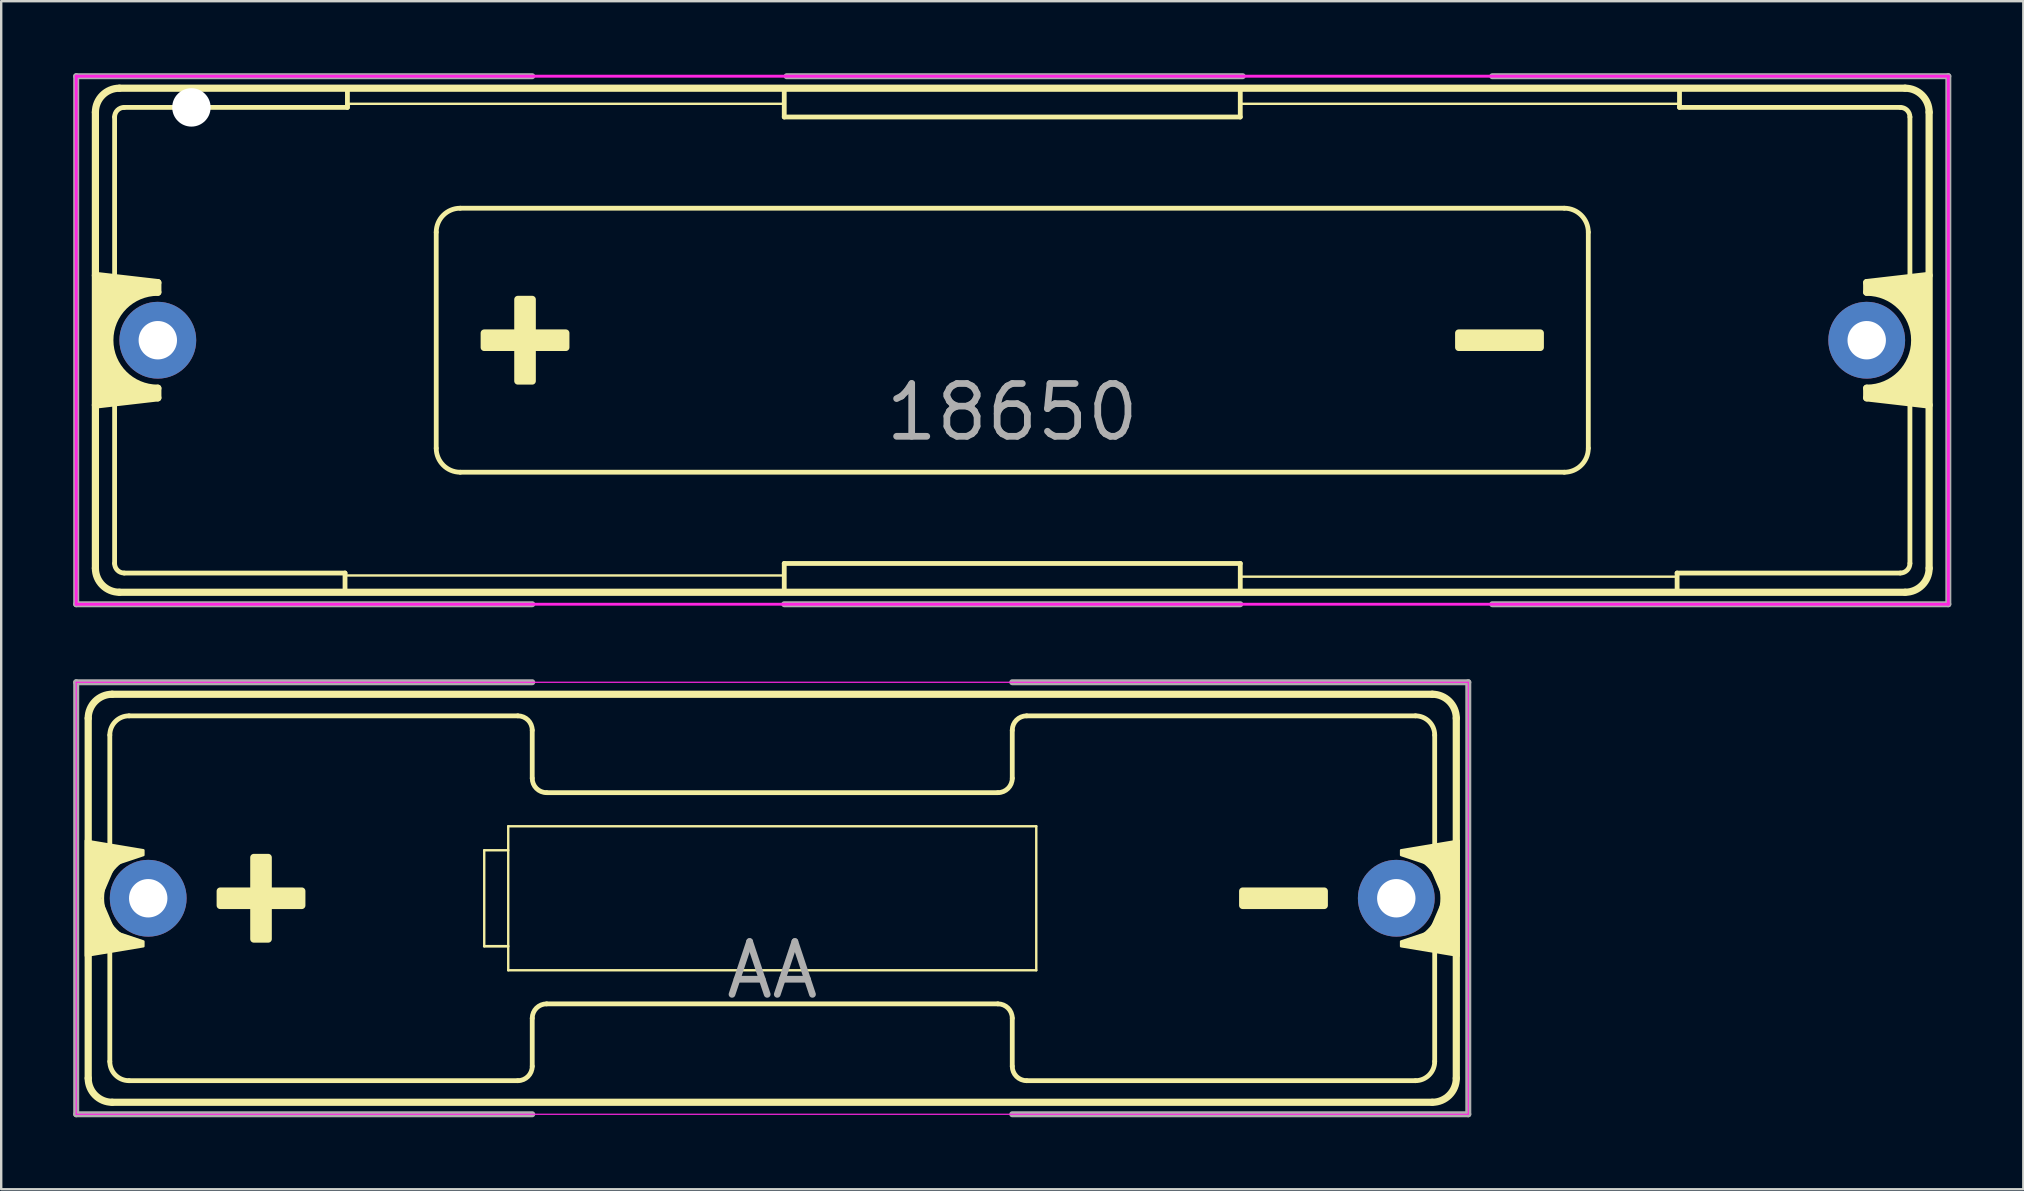
<source format=kicad_pcb>
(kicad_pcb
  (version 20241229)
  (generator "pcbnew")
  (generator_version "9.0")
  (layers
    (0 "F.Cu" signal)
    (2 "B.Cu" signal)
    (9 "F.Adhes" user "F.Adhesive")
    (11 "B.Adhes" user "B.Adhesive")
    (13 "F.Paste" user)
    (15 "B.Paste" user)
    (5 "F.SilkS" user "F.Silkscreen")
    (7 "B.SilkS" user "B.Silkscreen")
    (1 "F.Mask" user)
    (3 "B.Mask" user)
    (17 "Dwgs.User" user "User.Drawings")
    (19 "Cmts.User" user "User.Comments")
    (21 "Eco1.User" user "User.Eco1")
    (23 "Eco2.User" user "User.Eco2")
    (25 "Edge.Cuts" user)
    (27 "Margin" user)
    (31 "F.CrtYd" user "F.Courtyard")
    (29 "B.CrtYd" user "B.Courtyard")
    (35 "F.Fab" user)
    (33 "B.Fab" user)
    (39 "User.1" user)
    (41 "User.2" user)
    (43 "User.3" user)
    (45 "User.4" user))
  (footprint "18650"
    (layer "F.Cu")
    (at 39.125 11.125)
    (property "Reference" "18650" (at 0 3 0) (layer "F.Fab") (effects (font (size 2.2 2.2) (thickness 0.28))))
    (attr through_hole)
    (fp_line (start -38.2 9.5) (end -38.2 -9.5) (stroke (width 0.3) (type solid)) (layer "F.SilkS"))
    (fp_line (start -37.4 -9.3) (end -37.4 -2.4) (stroke (width 0.2) (type solid)) (layer "F.SilkS"))
    (fp_line (start -37.4 9.3) (end -37.4 2.4) (stroke (width 0.2) (type solid)) (layer "F.SilkS"))
    (fp_line (start -37.2 10.5) (end 37.2 10.5) (stroke (width 0.3) (type solid)) (layer "F.SilkS"))
    (fp_line (start -37 -9.7) (end -27.7 -9.7) (stroke (width 0.2) (type solid)) (layer "F.SilkS"))
    (fp_line (start -37 9.7) (end -27.8 9.7) (stroke (width 0.2) (type solid)) (layer "F.SilkS"))
    (fp_line (start -35.6 -2.4) (end -38.2 -2.7) (stroke (width 0.3) (type solid)) (layer "F.SilkS"))
    (fp_line (start -35.6 -2.4) (end -35.6 -2) (stroke (width 0.3) (type solid)) (layer "F.SilkS"))
    (fp_line (start -35.6 2.4) (end -38.2 2.7) (stroke (width 0.3) (type solid)) (layer "F.SilkS"))
    (fp_line (start -35.6 2.4) (end -35.6 2) (stroke (width 0.3) (type solid)) (layer "F.SilkS"))
    (fp_line (start -27.8 9.8) (end -9.5 9.8) (stroke (width 0.1) (type solid)) (layer "F.SilkS"))
    (fp_line (start -27.8 10.5) (end -27.8 9.7) (stroke (width 0.2) (type solid)) (layer "F.SilkS"))
    (fp_line (start -27.7 -10.5) (end -27.7 -9.8) (stroke (width 0.2) (type solid)) (layer "F.SilkS"))
    (fp_line (start -27.7 -9.85) (end -9.5 -9.85) (stroke (width 0.1) (type solid)) (layer "F.SilkS"))
    (fp_line (start -27.7 -9.8) (end -27.7 -9.7) (stroke (width 0.2) (type solid)) (layer "F.SilkS"))
    (fp_line (start -24 -4.5) (end -24 4.5) (stroke (width 0.2) (type solid)) (layer "F.SilkS"))
    (fp_line (start -23 5.5) (end 23 5.5) (stroke (width 0.2) (type solid)) (layer "F.SilkS"))
    (fp_line (start -9.5 -10.5) (end -9.5 -9.3) (stroke (width 0.2) (type solid)) (layer "F.SilkS"))
    (fp_line (start -9.5 -9.3) (end 9.5 -9.3) (stroke (width 0.2) (type solid)) (layer "F.SilkS"))
    (fp_line (start -9.5 9.3) (end 9.5 9.3) (stroke (width 0.2) (type solid)) (layer "F.SilkS"))
    (fp_line (start -9.5 10.5) (end -9.5 9.3) (stroke (width 0.2) (type solid)) (layer "F.SilkS"))
    (fp_line (start 9.5 -9.85) (end 27.8 -9.85) (stroke (width 0.1) (type solid)) (layer "F.SilkS"))
    (fp_line (start 9.5 -9.3) (end 9.5 -10.5) (stroke (width 0.2) (type solid)) (layer "F.SilkS"))
    (fp_line (start 9.5 9.3) (end 9.5 10.5) (stroke (width 0.2) (type solid)) (layer "F.SilkS"))
    (fp_line (start 23 -5.5) (end -23 -5.5) (stroke (width 0.2) (type solid)) (layer "F.SilkS"))
    (fp_line (start 24 4.5) (end 24 -4.5) (stroke (width 0.2) (type solid)) (layer "F.SilkS"))
    (fp_line (start 27.7 9.7) (end 27.7 10.5) (stroke (width 0.2) (type solid)) (layer "F.SilkS"))
    (fp_line (start 27.7 9.7) (end 37 9.7) (stroke (width 0.2) (type solid)) (layer "F.SilkS"))
    (fp_line (start 27.7 9.85) (end 9.5 9.85) (stroke (width 0.1) (type solid)) (layer "F.SilkS"))
    (fp_line (start 27.8 -9.7) (end 27.8 -10.5) (stroke (width 0.2) (type solid)) (layer "F.SilkS"))
    (fp_line (start 35.6 -2.4) (end 35.6 -2) (stroke (width 0.3) (type solid)) (layer "F.SilkS"))
    (fp_line (start 35.6 -2.4) (end 38.2 -2.7) (stroke (width 0.3) (type solid)) (layer "F.SilkS"))
    (fp_line (start 35.6 2.4) (end 35.6 2) (stroke (width 0.3) (type solid)) (layer "F.SilkS"))
    (fp_line (start 35.6 2.4) (end 38.2 2.7) (stroke (width 0.3) (type solid)) (layer "F.SilkS"))
    (fp_line (start 37 -9.7) (end 27.8 -9.7) (stroke (width 0.2) (type solid)) (layer "F.SilkS"))
    (fp_line (start 37.2 -10.5) (end -37.2 -10.5) (stroke (width 0.3) (type solid)) (layer "F.SilkS"))
    (fp_line (start 37.4 -9.3) (end 37.4 -2.4) (stroke (width 0.2) (type solid)) (layer "F.SilkS"))
    (fp_line (start 37.4 9.3) (end 37.4 2.4) (stroke (width 0.2) (type solid)) (layer "F.SilkS"))
    (fp_line (start 38.2 -9.5) (end 38.2 9.5) (stroke (width 0.3) (type solid)) (layer "F.SilkS"))
    (fp_arc (start -38.2 -9.5) (mid -37.907107 -10.207107) (end -37.2 -10.5) (stroke (width 0.3) (type solid)) (layer "F.SilkS"))
    (fp_arc (start -37.4 -9.3) (mid -37.282843 -9.582843) (end -37 -9.7) (stroke (width 0.2) (type solid)) (layer "F.SilkS"))
    (fp_arc (start -37.2 10.5) (mid -37.907107 10.207107) (end -38.2 9.5) (stroke (width 0.3) (type solid)) (layer "F.SilkS"))
    (fp_arc (start -37 9.7) (mid -37.282843 9.582843) (end -37.4 9.3) (stroke (width 0.2) (type solid)) (layer "F.SilkS"))
    (fp_arc (start -35.6 2) (mid -37.6 0) (end -35.6 -2) (stroke (width 0.3) (type solid)) (layer "F.SilkS"))
    (fp_arc (start -24 -4.5) (mid -23.707107 -5.207107) (end -23 -5.5) (stroke (width 0.2) (type solid)) (layer "F.SilkS"))
    (fp_arc (start -23 5.5) (mid -23.707107 5.207107) (end -24 4.5) (stroke (width 0.2) (type solid)) (layer "F.SilkS"))
    (fp_arc (start 23 -5.5) (mid 23.707107 -5.207107) (end 24 -4.5) (stroke (width 0.2) (type solid)) (layer "F.SilkS"))
    (fp_arc (start 24 4.5) (mid 23.707107 5.207107) (end 23 5.5) (stroke (width 0.2) (type solid)) (layer "F.SilkS"))
    (fp_arc (start 35.6 -2) (mid 37.6 0) (end 35.6 2) (stroke (width 0.3) (type solid)) (layer "F.SilkS"))
    (fp_arc (start 37 -9.7) (mid 37.282843 -9.582843) (end 37.4 -9.3) (stroke (width 0.2) (type solid)) (layer "F.SilkS"))
    (fp_arc (start 37.2 -10.5) (mid 37.907107 -10.207107) (end 38.2 -9.5) (stroke (width 0.3) (type solid)) (layer "F.SilkS"))
    (fp_arc (start 37.4 9.3) (mid 37.282843 9.582843) (end 37 9.7) (stroke (width 0.2) (type solid)) (layer "F.SilkS"))
    (fp_arc (start 38.2 9.5) (mid 37.907107 10.207107) (end 37.2 10.5) (stroke (width 0.3) (type solid)) (layer "F.SilkS"))
    (fp_poly (pts (xy 18.6 -0.3) (xy 22 -0.3) (xy 22 0.3) (xy 18.6 0.3)) (stroke (width 0.3) (type solid)) (fill yes) (layer "F.SilkS"))
    (fp_poly (pts (xy -38.2 2.7) (xy -35.6 2.4) (xy -35.6 2) (xy -36.7 1.8) (xy -37.5 1) (xy -37.7 0) (xy -37.5 -1) (xy -36.7 -1.8) (xy -35.6 -2.1) (xy -35.6 -2.4) (xy -38.2 -2.7)) (stroke (width 0.1) (type solid)) (fill yes) (layer "F.SilkS"))
    (fp_poly (pts (xy 38.2 -2.7) (xy 35.6 -2.4) (xy 35.6 -2) (xy 36.7 -1.8) (xy 37.5 -1) (xy 37.7 0) (xy 37.5 1) (xy 36.7 1.8) (xy 35.6 2.1) (xy 35.6 2.4) (xy 38.2 2.7)) (stroke (width 0.1) (type solid)) (fill yes) (layer "F.SilkS"))
    (fp_poly (pts (xy -22 -0.3) (xy -22 0.3) (xy -20.6 0.3) (xy -20.6 1.7) (xy -20 1.7) (xy -20 0.3) (xy -18.6 0.3) (xy -18.6 -0.3) (xy -20 -0.3) (xy -20 -1.7) (xy -20.6 -1.7) (xy -20.6 -0.3)) (stroke (width 0.3) (type solid)) (fill yes) (layer "F.SilkS"))
    (fp_line (start -39 11) (end -39 -11) (stroke (width 0.12) (type solid)) (layer "F.CrtYd"))
    (fp_line (start 39 -11) (end -39 -11) (stroke (width 0.12) (type solid)) (layer "F.CrtYd"))
    (fp_line (start 39 11) (end -39 11) (stroke (width 0.12) (type solid)) (layer "F.CrtYd"))
    (fp_line (start 39 11) (end 39 -11) (stroke (width 0.12) (type solid)) (layer "F.CrtYd"))
    (fp_line (start -39 -11) (end -39 11) (stroke (width 0.25) (type solid)) (layer "F.Fab"))
    (fp_line (start -39 -11) (end -20 -11) (stroke (width 0.25) (type solid)) (layer "F.Fab"))
    (fp_line (start -39 11) (end -20 11) (stroke (width 0.25) (type solid)) (layer "F.Fab"))
    (fp_line (start -9.5 11) (end 9.5 11) (stroke (width 0.25) (type solid)) (layer "F.Fab"))
    (fp_line (start -9.4 -11) (end 9.6 -11) (stroke (width 0.25) (type solid)) (layer "F.Fab"))
    (fp_line (start 20 -11) (end 39 -11) (stroke (width 0.25) (type solid)) (layer "F.Fab"))
    (fp_line (start 20 11) (end 39 11) (stroke (width 0.25) (type solid)) (layer "F.Fab"))
    (fp_line (start 39 -11) (end 39 11) (stroke (width 0.25) (type solid)) (layer "F.Fab"))
    (pad "" np_thru_hole circle (at -34.2 -9.7) (size 1.6 1.6) (drill 1.6) (layers "*.Cu" "*.Mask"))
    (pad "1" thru_hole circle (at -35.6 0) (size 3.2 3.2) (drill 1.6) (layers "*.Cu" "*.Mask"))
    (pad "2" thru_hole circle (at 35.6 0) (size 3.2 3.2) (drill 1.6) (layers "*.Cu" "*.Mask")))
  (footprint "AA"
    (layer "F.Cu")
    (at 29.125 34.375)
    (property "Reference" "AA" (at 0 3 0) (layer "F.Fab") (effects (font (size 2.2 2.2) (thickness 0.28))))
    (attr through_hole)
    (fp_line (start -28.5 7.5) (end -28.5 -7.5) (stroke (width 0.3) (type solid)) (layer "F.SilkS"))
    (fp_line (start -27.6 -6.8) (end -27.6 -2.2) (stroke (width 0.2) (type solid)) (layer "F.SilkS"))
    (fp_line (start -27.6 2.2) (end -27.6 6.8) (stroke (width 0.2) (type solid)) (layer "F.SilkS"))
    (fp_line (start -27.5 -8.5) (end 27.5 -8.5) (stroke (width 0.3) (type solid)) (layer "F.SilkS"))
    (fp_line (start -27.5 8.5) (end 27.5 8.5) (stroke (width 0.3) (type solid)) (layer "F.SilkS"))
    (fp_line (start -26.8 -7.6) (end -10.6 -7.6) (stroke (width 0.2) (type solid)) (layer "F.SilkS"))
    (fp_line (start -12 -2) (end -12 2) (stroke (width 0.1) (type solid)) (layer "F.SilkS"))
    (fp_line (start -12 2) (end -11 2) (stroke (width 0.11) (type solid)) (layer "F.SilkS"))
    (fp_line (start -11 -3) (end -11 3) (stroke (width 0.1) (type solid)) (layer "F.SilkS"))
    (fp_line (start -11 -2) (end -12 -2) (stroke (width 0.1) (type solid)) (layer "F.SilkS"))
    (fp_line (start -11 3) (end 11 3) (stroke (width 0.1) (type solid)) (layer "F.SilkS"))
    (fp_line (start -10.6 7.6) (end -26.8 7.6) (stroke (width 0.2) (type solid)) (layer "F.SilkS"))
    (fp_line (start -10 -7) (end -10 -5) (stroke (width 0.2) (type solid)) (layer "F.SilkS"))
    (fp_line (start -10 7) (end -10 5) (stroke (width 0.2) (type solid)) (layer "F.SilkS"))
    (fp_line (start -9.4 4.4) (end 9.4 4.4) (stroke (width 0.2) (type solid)) (layer "F.SilkS"))
    (fp_line (start 9.4 -4.4) (end -9.4 -4.4) (stroke (width 0.2) (type solid)) (layer "F.SilkS"))
    (fp_line (start 10 -7) (end 10 -5) (stroke (width 0.2) (type solid)) (layer "F.SilkS"))
    (fp_line (start 10 7) (end 10 5) (stroke (width 0.2) (type solid)) (layer "F.SilkS"))
    (fp_line (start 10.6 -7.6) (end 26.8 -7.6) (stroke (width 0.2) (type solid)) (layer "F.SilkS"))
    (fp_line (start 11 -3) (end -11 -3) (stroke (width 0.1) (type solid)) (layer "F.SilkS"))
    (fp_line (start 11 3) (end 11 -3) (stroke (width 0.1) (type solid)) (layer "F.SilkS"))
    (fp_line (start 26.8 7.6) (end 10.6 7.6) (stroke (width 0.2) (type solid)) (layer "F.SilkS"))
    (fp_line (start 27.6 -6.8) (end 27.6 -2.2) (stroke (width 0.2) (type solid)) (layer "F.SilkS"))
    (fp_line (start 27.6 2.2) (end 27.6 6.8) (stroke (width 0.2) (type solid)) (layer "F.SilkS"))
    (fp_line (start 28.5 7.5) (end 28.5 -7.5) (stroke (width 0.3) (type solid)) (layer "F.SilkS"))
    (fp_arc (start -28.5 -7.5) (mid -28.207107 -8.207107) (end -27.5 -8.5) (stroke (width 0.3) (type solid)) (layer "F.SilkS"))
    (fp_arc (start -27.6 -6.8) (mid -27.365685 -7.365685) (end -26.8 -7.6) (stroke (width 0.2) (type solid)) (layer "F.SilkS"))
    (fp_arc (start -27.5 8.5) (mid -28.207107 8.207107) (end -28.5 7.5) (stroke (width 0.3) (type solid)) (layer "F.SilkS"))
    (fp_arc (start -26.8 7.6) (mid -27.365685 7.365685) (end -27.6 6.8) (stroke (width 0.2) (type solid)) (layer "F.SilkS"))
    (fp_arc (start -26.6 1.8) (mid -27.897367 0) (end -26.6 -1.8) (stroke (width 0.12) (type solid)) (layer "F.SilkS"))
    (fp_arc (start -10.6 -7.6) (mid -10.175736 -7.424264) (end -10 -7) (stroke (width 0.2) (type solid)) (layer "F.SilkS"))
    (fp_arc (start -10 5) (mid -9.824264 4.575736) (end -9.4 4.4) (stroke (width 0.2) (type solid)) (layer "F.SilkS"))
    (fp_arc (start -10 7) (mid -10.175736 7.424264) (end -10.6 7.6) (stroke (width 0.2) (type solid)) (layer "F.SilkS"))
    (fp_arc (start -9.4 -4.4) (mid -9.824264 -4.575736) (end -10 -5) (stroke (width 0.2) (type solid)) (layer "F.SilkS"))
    (fp_arc (start 9.4 4.4) (mid 9.824264 4.575736) (end 10 5) (stroke (width 0.2) (type solid)) (layer "F.SilkS"))
    (fp_arc (start 10 -7) (mid 10.175736 -7.424264) (end 10.6 -7.6) (stroke (width 0.2) (type solid)) (layer "F.SilkS"))
    (fp_arc (start 10 -5) (mid 9.824264 -4.575736) (end 9.4 -4.4) (stroke (width 0.2) (type solid)) (layer "F.SilkS"))
    (fp_arc (start 10.6 7.6) (mid 10.175736 7.424264) (end 10 7) (stroke (width 0.2) (type solid)) (layer "F.SilkS"))
    (fp_arc (start 26.6 -1.8) (mid 27.897367 0) (end 26.6 1.8) (stroke (width 0.12) (type solid)) (layer "F.SilkS"))
    (fp_arc (start 26.8 -7.6) (mid 27.365685 -7.365685) (end 27.6 -6.8) (stroke (width 0.2) (type solid)) (layer "F.SilkS"))
    (fp_arc (start 27.5 -8.5) (mid 28.207107 -8.207107) (end 28.5 -7.5) (stroke (width 0.3) (type solid)) (layer "F.SilkS"))
    (fp_arc (start 27.6 6.8) (mid 27.365685 7.365685) (end 26.8 7.6) (stroke (width 0.2) (type solid)) (layer "F.SilkS"))
    (fp_arc (start 28.5 7.5) (mid 28.207107 8.207107) (end 27.5 8.5) (stroke (width 0.3) (type solid)) (layer "F.SilkS"))
    (fp_poly (pts (xy 19.6 -0.3) (xy 23 -0.3) (xy 23 0.3) (xy 19.6 0.3)) (stroke (width 0.3) (type solid)) (fill yes) (layer "F.SilkS"))
    (fp_poly (pts (xy -28.6 -2.4) (xy -26.2 -2) (xy -26.2 -1.8) (xy -27.4 -1.4) (xy -28 0) (xy -27.4 1.4) (xy -26.2 1.8) (xy -26.2 2) (xy -28.6 2.4)) (stroke (width 0.1) (type solid)) (fill yes) (layer "F.SilkS"))
    (fp_poly (pts (xy 28.6 2.4) (xy 26.2 2) (xy 26.2 1.8) (xy 27.4 1.4) (xy 28 0) (xy 27.4 -1.4) (xy 26.2 -1.8) (xy 26.2 -2) (xy 28.6 -2.4)) (stroke (width 0.1) (type solid)) (fill yes) (layer "F.SilkS"))
    (fp_poly (pts (xy -23 -0.3) (xy -23 0.3) (xy -21.6 0.3) (xy -21.6 1.7) (xy -21 1.7) (xy -21 0.3) (xy -19.6 0.3) (xy -19.6 -0.3) (xy -21 -0.3) (xy -21 -1.7) (xy -21.6 -1.7) (xy -21.6 -0.3)) (stroke (width 0.3) (type solid)) (fill yes) (layer "F.SilkS"))
    (fp_line (start -29 9) (end -29 -9) (stroke (width 0.05) (type solid)) (layer "F.CrtYd"))
    (fp_line (start -29 9) (end 29 9) (stroke (width 0.05) (type solid)) (layer "F.CrtYd"))
    (fp_line (start 29 -9) (end -29 -9) (stroke (width 0.05) (type solid)) (layer "F.CrtYd"))
    (fp_line (start 29 9) (end 29 -9) (stroke (width 0.05) (type solid)) (layer "F.CrtYd"))
    (fp_line (start -29 -9) (end -29 9) (stroke (width 0.25) (type solid)) (layer "F.Fab"))
    (fp_line (start -29 -9) (end -10 -9) (stroke (width 0.25) (type solid)) (layer "F.Fab"))
    (fp_line (start -29 9) (end -10 9) (stroke (width 0.25) (type solid)) (layer "F.Fab"))
    (fp_line (start 10 -9) (end 29 -9) (stroke (width 0.25) (type solid)) (layer "F.Fab"))
    (fp_line (start 10 9) (end 29 9) (stroke (width 0.25) (type solid)) (layer "F.Fab"))
    (fp_line (start 29 -9) (end 29 9) (stroke (width 0.25) (type solid)) (layer "F.Fab"))
    (pad "1" thru_hole circle (at -26 0) (size 3.2 3.2) (drill 1.6) (layers "*.Cu" "*.Mask"))
    (pad "2" thru_hole circle (at 26 0) (size 3.2 3.2) (drill 1.6) (layers "*.Cu" "*.Mask")))
  (gr_rect
    (start -3 -3)
    (end 81.25 46.5)
    (stroke (width 0.1) (type default))
    (fill no)
    (layer "Edge.Cuts")))
</source>
